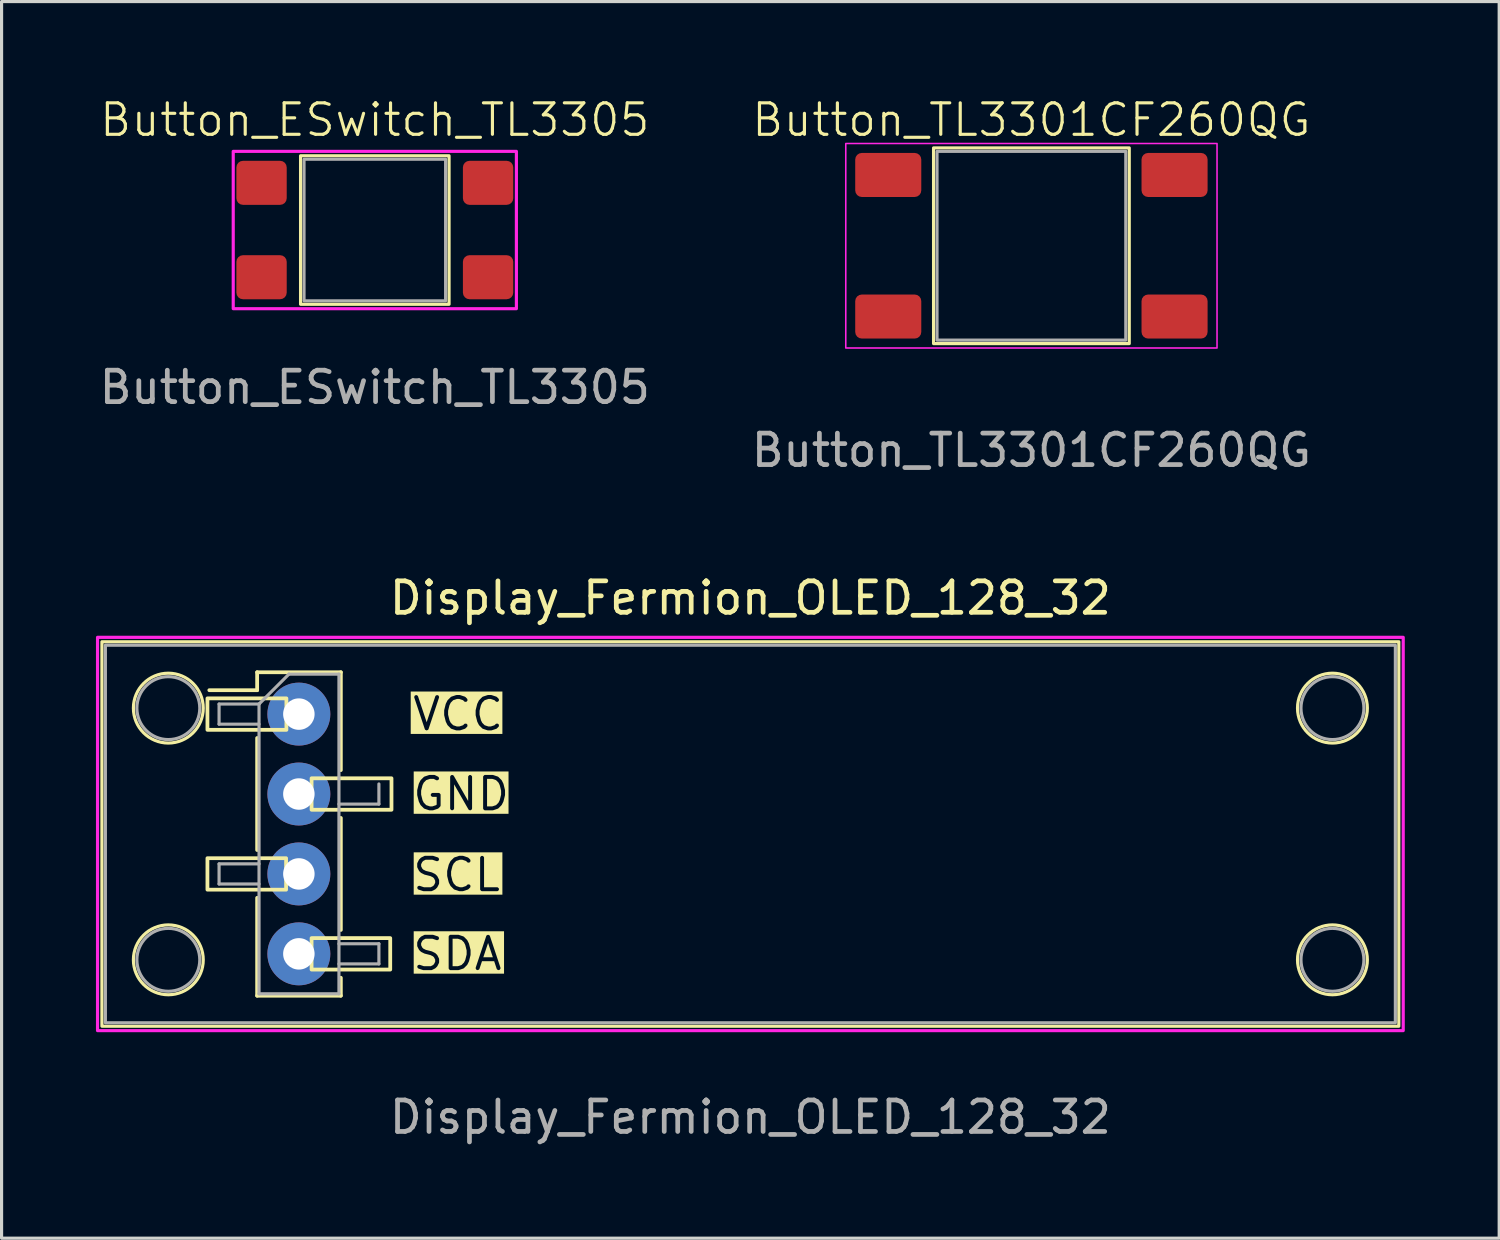
<source format=kicad_pcb>
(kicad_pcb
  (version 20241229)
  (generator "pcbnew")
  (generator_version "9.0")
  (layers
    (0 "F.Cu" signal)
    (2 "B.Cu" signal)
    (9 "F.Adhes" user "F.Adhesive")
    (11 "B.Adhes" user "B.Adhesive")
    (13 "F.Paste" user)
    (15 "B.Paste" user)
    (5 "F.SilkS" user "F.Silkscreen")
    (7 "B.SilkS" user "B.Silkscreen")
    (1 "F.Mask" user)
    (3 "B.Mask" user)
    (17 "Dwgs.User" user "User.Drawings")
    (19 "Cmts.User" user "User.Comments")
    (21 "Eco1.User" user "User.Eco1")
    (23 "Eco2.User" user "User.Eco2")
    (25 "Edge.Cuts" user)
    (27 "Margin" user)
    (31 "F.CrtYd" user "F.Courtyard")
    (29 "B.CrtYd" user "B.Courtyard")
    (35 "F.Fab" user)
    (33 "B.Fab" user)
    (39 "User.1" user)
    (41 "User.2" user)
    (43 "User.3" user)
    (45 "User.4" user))
  (footprint "Display_Fermion_OLED_128_32"
    (layer "F.Cu")
    (at 20.8 23.457)
    (property "Reference" "Display_Fermion_OLED_128_32" (at 0 -7.5 0) (unlocked yes) (layer "F.SilkS") (effects (font (size 1 1) (thickness 0.15))))
    (attr through_hole)
    (fp_line (start -15.677 -5.14) (end -15.677 -4.57) (stroke (width 0.12) (type solid)) (layer "F.SilkS"))
    (fp_line (start -15.677 -5.14) (end -13.017 -5.14) (stroke (width 0.12) (type solid)) (layer "F.SilkS"))
    (fp_line (start -15.677 -4.57) (end -17.197 -4.57) (stroke (width 0.12) (type solid)) (layer "F.SilkS"))
    (fp_line (start -15.677 -3.05) (end -15.677 0.51) (stroke (width 0.12) (type solid)) (layer "F.SilkS"))
    (fp_line (start -15.677 2.03) (end -15.677 5.14) (stroke (width 0.12) (type solid)) (layer "F.SilkS"))
    (fp_line (start -15.677 5.14) (end -13.017 5.14) (stroke (width 0.12) (type solid)) (layer "F.SilkS"))
    (fp_line (start -13.017 -5.14) (end -13.017 -2.03) (stroke (width 0.12) (type solid)) (layer "F.SilkS"))
    (fp_line (start -13.017 -0.51) (end -13.017 3.05) (stroke (width 0.12) (type solid)) (layer "F.SilkS"))
    (fp_line (start -13.017 4.57) (end -13.017 5.14) (stroke (width 0.12) (type solid)) (layer "F.SilkS"))
    (fp_rect (start -20.61 -6.11) (end 20.61 6.11) (stroke (width 0.1) (type solid)) (fill no) (layer "F.SilkS"))
    (fp_rect (start -17.257 -4.31) (end -14.747 -3.31) (stroke (width 0.12) (type default)) (fill no) (layer "F.SilkS"))
    (fp_rect (start -17.257 0.77) (end -14.757 1.77) (stroke (width 0.12) (type default)) (fill no) (layer "F.SilkS"))
    (fp_rect (start -13.947 -1.77) (end -11.407 -0.77) (stroke (width 0.12) (type default)) (fill no) (layer "F.SilkS"))
    (fp_rect (start -13.947 3.31) (end -11.447 4.31) (stroke (width 0.12) (type default)) (fill no) (layer "F.SilkS"))
    (fp_circle (center -18.5 -4) (end -17.39 -4) (stroke (width 0.1) (type solid)) (fill no) (layer "F.SilkS"))
    (fp_circle (center -18.5 4) (end -17.39 4) (stroke (width 0.1) (type solid)) (fill no) (layer "F.SilkS"))
    (fp_circle (center 18.5 -4) (end 19.61 -4) (stroke (width 0.1) (type solid)) (fill no) (layer "F.SilkS"))
    (fp_circle (center 18.5 4) (end 19.61 4) (stroke (width 0.1) (type solid)) (fill no) (layer "F.SilkS"))
    (fp_rect (start -20.75 -6.25) (end 20.75 6.25) (stroke (width 0.1) (type solid)) (fill no) (layer "F.CrtYd"))
    (fp_line (start -16.887 -4.13) (end -16.887 -3.49) (stroke (width 0.1) (type solid)) (layer "F.Fab"))
    (fp_line (start -16.887 -3.49) (end -15.617 -3.49) (stroke (width 0.1) (type solid)) (layer "F.Fab"))
    (fp_line (start -16.887 0.95) (end -16.887 1.59) (stroke (width 0.1) (type solid)) (layer "F.Fab"))
    (fp_line (start -16.887 1.59) (end -15.617 1.59) (stroke (width 0.1) (type solid)) (layer "F.Fab"))
    (fp_line (start -15.617 -4.13) (end -16.887 -4.13) (stroke (width 0.1) (type solid)) (layer "F.Fab"))
    (fp_line (start -15.617 -4.13) (end -14.667 -5.08) (stroke (width 0.1) (type solid)) (layer "F.Fab"))
    (fp_line (start -15.617 0.95) (end -16.887 0.95) (stroke (width 0.1) (type solid)) (layer "F.Fab"))
    (fp_line (start -15.617 5.08) (end -15.617 -4.13) (stroke (width 0.1) (type solid)) (layer "F.Fab"))
    (fp_line (start -14.667 -5.08) (end -13.077 -5.08) (stroke (width 0.1) (type solid)) (layer "F.Fab"))
    (fp_line (start -13.077 -5.08) (end -13.077 5.08) (stroke (width 0.1) (type solid)) (layer "F.Fab"))
    (fp_line (start -13.077 3.49) (end -11.807 3.49) (stroke (width 0.1) (type solid)) (layer "F.Fab"))
    (fp_line (start -13.077 5.08) (end -15.617 5.08) (stroke (width 0.1) (type solid)) (layer "F.Fab"))
    (fp_line (start -11.807 -1.59) (end -11.807 -0.95) (stroke (width 0.1) (type solid)) (layer "F.Fab"))
    (fp_line (start -11.807 -0.95) (end -13.077 -0.95) (stroke (width 0.1) (type solid)) (layer "F.Fab"))
    (fp_line (start -11.807 3.49) (end -11.807 4.13) (stroke (width 0.1) (type solid)) (layer "F.Fab"))
    (fp_line (start -11.807 4.13) (end -13.077 4.13) (stroke (width 0.1) (type solid)) (layer "F.Fab"))
    (fp_rect (start -20.5 -6) (end 20.5 6) (stroke (width 0.1) (type solid)) (fill no) (layer "F.Fab"))
    (fp_circle (center -18.5 -4) (end -17.5 -4) (stroke (width 0.1) (type solid)) (fill no) (layer "F.Fab"))
    (fp_circle (center -18.5 4) (end -17.5 4) (stroke (width 0.1) (type solid)) (fill no) (layer "F.Fab"))
    (fp_circle (center 18.5 -4) (end 19.5 -4) (stroke (width 0.1) (type solid)) (fill no) (layer "F.Fab"))
    (fp_circle (center 18.5 4) (end 19.5 4) (stroke (width 0.1) (type solid)) (fill no) (layer "F.Fab"))
    (fp_text user "VCC" (at -10.8 -3.81 0) (unlocked yes) (layer "F.SilkS" knockout) (effects (font (size 1 1) (thickness 0.125)) (justify left)))
    (fp_text user "GND" (at -10.8 -1.27 0) (unlocked yes) (layer "F.SilkS" knockout) (effects (font (size 1 1) (thickness 0.125)) (justify left)))
    (fp_text user "SCL" (at -10.8 1.3 0) (unlocked yes) (layer "F.SilkS" knockout) (effects (font (size 1 1) (thickness 0.125)) (justify left)))
    (fp_text user "SDA" (at -10.8 3.81 0) (unlocked yes) (layer "F.SilkS" knockout) (effects (font (size 1 1) (thickness 0.125)) (justify left)))
    (fp_text user "${REFERENCE}" (at 0 9 0) (unlocked yes) (layer "F.Fab") (effects (font (size 1 1) (thickness 0.15))))
    (pad "1" thru_hole circle (at -14.351 -3.81) (size 2 2) (drill 1) (layers "*.Cu" "*.Mask"))
    (pad "2" thru_hole circle (at -14.351 -1.27) (size 2 2) (drill 1) (layers "*.Cu" "*.Mask"))
    (pad "3" thru_hole circle (at -14.351 1.27) (size 2 2) (drill 1) (layers "*.Cu" "*.Mask"))
    (pad "4" thru_hole circle (at -14.351 3.81) (size 2 2) (drill 1) (layers "*.Cu" "*.Mask")))
  (footprint "Button_TL3301CF260QG"
    (layer "F.Cu")
    (at 29.732 4.761)
    (property "Reference" "Button_TL3301CF260QG" (at 0 -4 0) (unlocked yes) (layer "F.SilkS") (effects (font (size 1 1) (thickness 0.1))))
    (attr smd)
    (fp_rect (start -3.11 -3.11) (end 3.11 3.11) (stroke (width 0.1) (type solid)) (fill no) (layer "F.SilkS"))
    (fp_rect (start -5.9 -3.25) (end 5.9 3.25) (stroke (width 0.05) (type solid)) (fill no) (layer "F.CrtYd"))
    (fp_rect (start -3 -3) (end 3 3) (stroke (width 0.1) (type solid)) (fill no) (layer "F.Fab"))
    (fp_text user "${REFERENCE}" (at 0 6.5 0) (unlocked yes) (layer "F.Fab") (effects (font (size 1 1) (thickness 0.15))))
    (pad "1" smd roundrect (at -4.55 2.25) (size 2.1 1.4) (layers "F.Cu" "F.Mask" "F.Paste") (roundrect_rratio 0.15))
    (pad "2" smd roundrect (at 4.55 2.25) (size 2.1 1.4) (layers "F.Cu" "F.Mask" "F.Paste") (roundrect_rratio 0.15))
    (pad "3" smd roundrect (at -4.55 -2.25) (size 2.1 1.4) (layers "F.Cu" "F.Mask" "F.Paste") (roundrect_rratio 0.15))
    (pad "4" smd roundrect (at 4.55 -2.25) (size 2.1 1.4) (layers "F.Cu" "F.Mask" "F.Paste") (roundrect_rratio 0.15)))
  (footprint "Button_ESwitch_TL3305"
    (layer "F.Cu")
    (at 8.863 4.261)
    (property "Reference" "Button_ESwitch_TL3305" (at 0 -3.5 0) (unlocked yes) (layer "F.SilkS") (effects (font (size 1 1) (thickness 0.1))))
    (attr smd)
    (fp_rect (start -2.36 -2.36) (end 2.36 2.36) (stroke (width 0.1) (type solid)) (fill no) (layer "F.SilkS"))
    (fp_rect (start -4.5 -2.5) (end 4.5 2.5) (stroke (width 0.1) (type solid)) (fill no) (layer "F.CrtYd"))
    (fp_rect (start -2.25 -2.25) (end 2.25 2.25) (stroke (width 0.1) (type solid)) (fill no) (layer "F.Fab"))
    (fp_text user "${REFERENCE}" (at 0 5 0) (unlocked yes) (layer "F.Fab") (effects (font (size 1 1) (thickness 0.15))))
    (pad "1" smd roundrect (at -3.6 1.5) (size 1.6 1.4) (layers "F.Cu" "F.Mask" "F.Paste") (roundrect_rratio 0.15))
    (pad "2" smd roundrect (at 3.6 1.5) (size 1.6 1.4) (layers "F.Cu" "F.Mask" "F.Paste") (roundrect_rratio 0.15))
    (pad "3" smd roundrect (at -3.6 -1.5) (size 1.6 1.4) (layers "F.Cu" "F.Mask" "F.Paste") (roundrect_rratio 0.15))
    (pad "4" smd roundrect (at 3.6 -1.5) (size 1.6 1.4) (layers "F.Cu" "F.Mask" "F.Paste") (roundrect_rratio 0.15)))
  (gr_rect
    (start -3 -3)
    (end 44.6 36.305)
    (stroke (width 0.1) (type default))
    (fill no)
    (layer "Edge.Cuts")))
</source>
